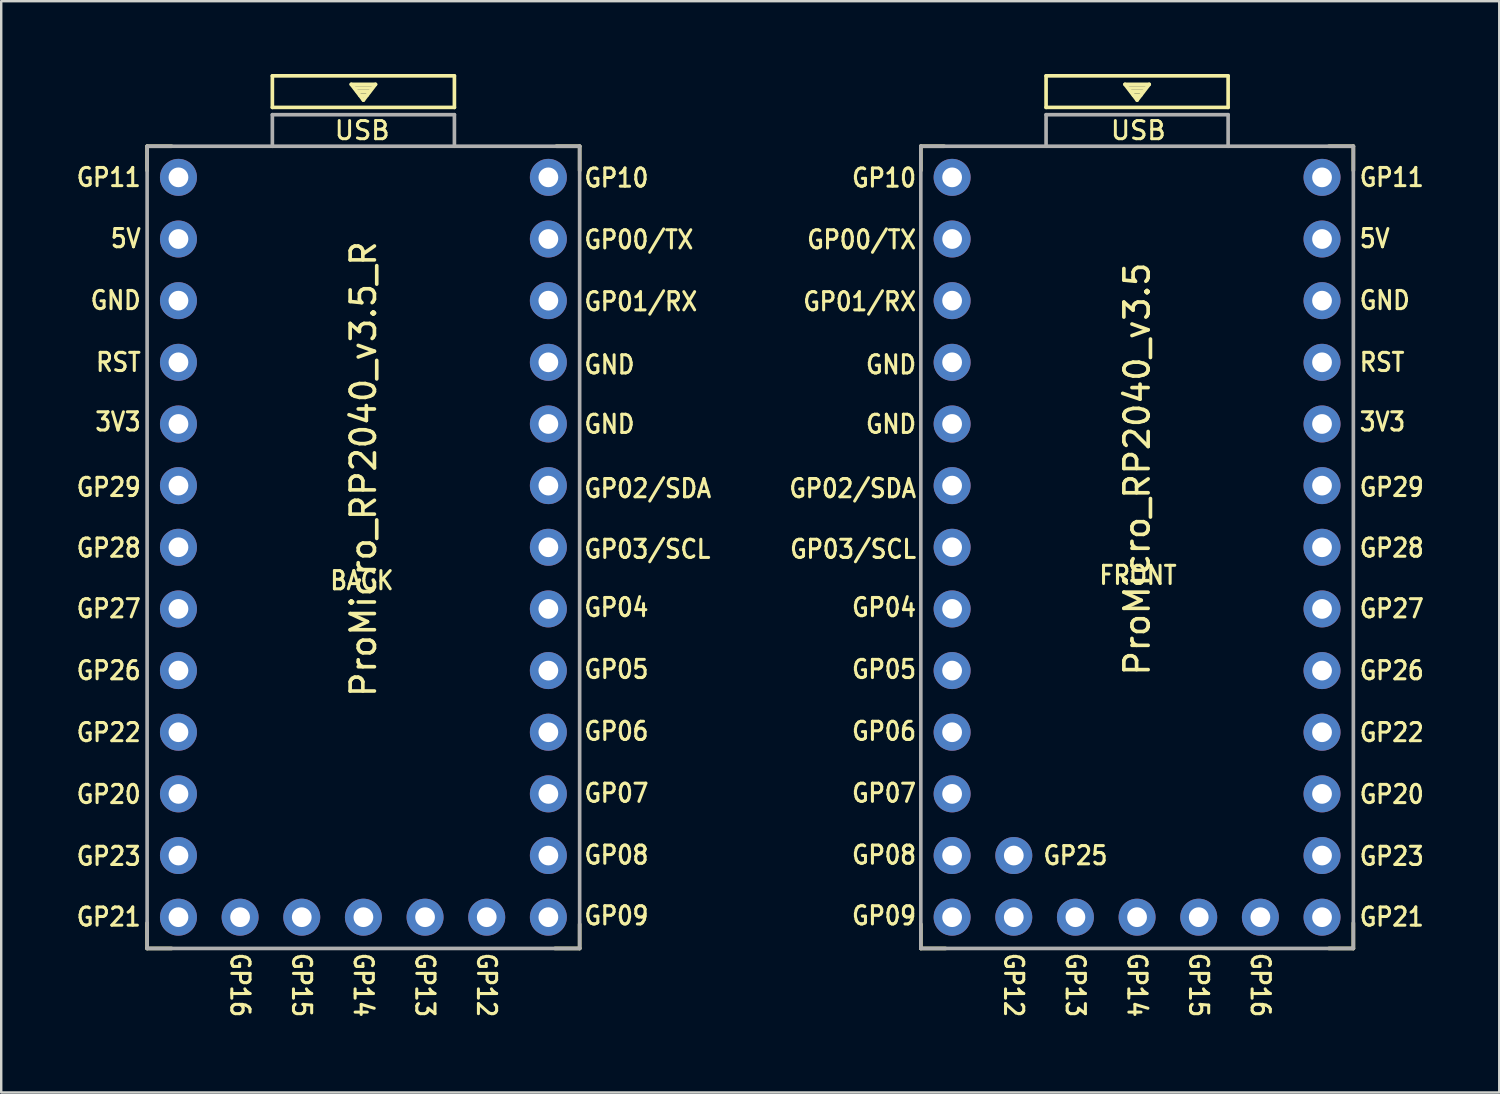
<source format=kicad_pcb>
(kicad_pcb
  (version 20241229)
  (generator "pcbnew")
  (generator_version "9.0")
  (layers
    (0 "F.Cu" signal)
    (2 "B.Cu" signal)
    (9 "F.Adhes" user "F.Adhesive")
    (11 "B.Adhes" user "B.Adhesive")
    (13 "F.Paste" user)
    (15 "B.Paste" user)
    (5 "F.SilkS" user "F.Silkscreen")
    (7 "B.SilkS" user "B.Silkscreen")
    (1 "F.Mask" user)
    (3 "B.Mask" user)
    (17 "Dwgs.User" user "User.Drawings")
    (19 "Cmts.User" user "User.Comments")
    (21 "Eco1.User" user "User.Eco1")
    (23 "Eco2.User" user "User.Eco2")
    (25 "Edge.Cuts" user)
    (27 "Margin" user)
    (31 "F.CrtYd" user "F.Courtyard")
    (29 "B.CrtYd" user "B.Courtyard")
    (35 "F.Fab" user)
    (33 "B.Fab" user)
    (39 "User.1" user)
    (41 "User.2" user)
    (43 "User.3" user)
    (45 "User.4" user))
  (footprint "ProMicro_RP2040_v3.5"
    (layer "F.Cu")
    (at 43.834 20.649)
    (property "Reference" "ProMicro_RP2040_v3.5" (at -0.037 -4.374 270) (layer "F.SilkS") (effects (font (size 1 1) (thickness 0.15))))
    (attr through_hole)
    (fp_line (start -8.947 -17.674) (end -8.947 -16.674) (stroke (width 0.15) (type solid)) (layer "F.SilkS"))
    (fp_line (start -8.947 -17.674) (end -7.987 -17.674) (stroke (width 0.15) (type solid)) (layer "F.SilkS"))
    (fp_line (start -8.947 14.376) (end -8.947 15.376) (stroke (width 0.15) (type solid)) (layer "F.SilkS"))
    (fp_line (start -8.947 15.376) (end -7.927 15.376) (stroke (width 0.15) (type solid)) (layer "F.SilkS"))
    (fp_line (start -3.787 -20.574) (end 3.713 -20.574) (stroke (width 0.15) (type solid)) (layer "F.SilkS"))
    (fp_line (start -3.787 -19.274) (end -3.787 -20.574) (stroke (width 0.15) (type solid)) (layer "F.SilkS"))
    (fp_line (start -0.537 -20.224) (end -0.037 -19.574) (stroke (width 0.15) (type solid)) (layer "F.SilkS"))
    (fp_line (start -0.037 -19.574) (end 0.463 -20.224) (stroke (width 0.15) (type solid)) (layer "F.SilkS"))
    (fp_line (start 0.113 -19.774) (end -0.187 -19.774) (stroke (width 0.15) (type solid)) (layer "F.SilkS"))
    (fp_line (start 0.213 -19.924) (end -0.287 -19.924) (stroke (width 0.15) (type solid)) (layer "F.SilkS"))
    (fp_line (start 0.313 -20.074) (end -0.387 -20.074) (stroke (width 0.15) (type solid)) (layer "F.SilkS"))
    (fp_line (start 0.463 -20.224) (end -0.537 -20.224) (stroke (width 0.15) (type solid)) (layer "F.SilkS"))
    (fp_line (start 3.713 -20.574) (end 3.713 -19.274) (stroke (width 0.15) (type solid)) (layer "F.SilkS"))
    (fp_line (start 3.713 -19.274) (end -3.787 -19.274) (stroke (width 0.15) (type solid)) (layer "F.SilkS"))
    (fp_line (start 8.873 -17.674) (end 7.863 -17.674) (stroke (width 0.15) (type solid)) (layer "F.SilkS"))
    (fp_line (start 8.873 -17.674) (end 8.873 -16.674) (stroke (width 0.15) (type solid)) (layer "F.SilkS"))
    (fp_line (start 8.873 14.326) (end 8.873 15.376) (stroke (width 0.15) (type solid)) (layer "F.SilkS"))
    (fp_line (start 8.873 15.376) (end 7.863 15.376) (stroke (width 0.15) (type solid)) (layer "F.SilkS"))
    (fp_line (start -8.947 -17.674) (end -8.947 15.376) (stroke (width 0.15) (type solid)) (layer "F.Fab"))
    (fp_line (start -8.947 15.376) (end 8.873 15.376) (stroke (width 0.15) (type solid)) (layer "F.Fab"))
    (fp_line (start -3.797 -17.674) (end -8.947 -17.674) (stroke (width 0.15) (type solid)) (layer "F.Fab"))
    (fp_line (start -3.787 -18.974) (end -3.787 -17.674) (stroke (width 0.15) (type solid)) (layer "F.Fab"))
    (fp_line (start 3.713 -18.974) (end -3.787 -18.974) (stroke (width 0.15) (type solid)) (layer "F.Fab"))
    (fp_line (start 3.713 -18.974) (end 3.713 -17.673) (stroke (width 0.15) (type solid)) (layer "F.Fab"))
    (fp_line (start 3.713 -17.674) (end -3.787 -17.674) (stroke (width 0.15) (type solid)) (layer "F.Fab"))
    (fp_line (start 8.873 -17.674) (end 3.713 -17.674) (stroke (width 0.15) (type solid)) (layer "F.Fab"))
    (fp_line (start 8.873 15.376) (end 8.873 -17.674) (stroke (width 0.15) (type solid)) (layer "F.Fab"))
    (fp_text user "GP10" (at -10.462 -16.369 0) (unlocked yes) (layer "F.SilkS") (effects (font (size 0.75 0.67) (thickness 0.125))))
    (fp_text user "FRONT" (at 0 0 0) (unlocked yes) (layer "F.SilkS") (effects (font (size 0.75 0.67) (thickness 0.125))))
    (fp_text user "GP14" (at -0.037 16.882 270) (unlocked yes) (layer "F.SilkS") (effects (font (size 0.75 0.67) (thickness 0.125))))
    (fp_text user "GP07" (at -10.462 8.976 0) (unlocked yes) (layer "F.SilkS") (effects (font (size 0.75 0.67) (thickness 0.125))))
    (fp_text user "GP05" (at -10.462 3.876 0) (unlocked yes) (layer "F.SilkS") (effects (font (size 0.75 0.67) (thickness 0.125))))
    (fp_text user "GP21" (at 10.455 14.076 0) (unlocked yes) (layer "F.SilkS") (effects (font (size 0.75 0.67) (thickness 0.125))))
    (fp_text user "" (at 0.508 -16.774 0) (layer "F.SilkS") (effects (font (size 1 1) (thickness 0.15))))
    (fp_text user "GP13" (at -2.577 16.882 270) (unlocked yes) (layer "F.SilkS") (effects (font (size 0.75 0.67) (thickness 0.125))))
    (fp_text user "GP26" (at 10.455 3.926 0) (unlocked yes) (layer "F.SilkS") (effects (font (size 0.75 0.67) (thickness 0.125))))
    (fp_text user "3V3" (at 10.072 -6.324 0) (unlocked yes) (layer "F.SilkS") (effects (font (size 0.75 0.67) (thickness 0.125))))
    (fp_text user "GP15" (at 2.503 16.882 270) (unlocked yes) (layer "F.SilkS") (effects (font (size 0.75 0.67) (thickness 0.125))))
    (fp_text user "GND" (at 10.168 -11.324 0) (unlocked yes) (layer "F.SilkS") (effects (font (size 0.75 0.67) (thickness 0.125))))
    (fp_text user "GP01/RX" (at -11.467 -11.274 0) (unlocked yes) (layer "F.SilkS") (effects (font (size 0.75 0.67) (thickness 0.125))))
    (fp_text user "GP20" (at 10.455 9.026 0) (unlocked yes) (layer "F.SilkS") (effects (font (size 0.75 0.67) (thickness 0.125))))
    (fp_text user "GP12" (at -5.117 16.882 270) (unlocked yes) (layer "F.SilkS") (effects (font (size 0.75 0.67) (thickness 0.125))))
    (fp_text user "GP04" (at -10.462 1.326 0) (unlocked yes) (layer "F.SilkS") (effects (font (size 0.75 0.67) (thickness 0.125))))
    (fp_text user "USB" (at 0.013 -18.324 0) (layer "F.SilkS") (effects (font (size 0.75 0.75) (thickness 0.12))))
    (fp_text user "RST" (at 10.056 -8.774 0) (unlocked yes) (layer "F.SilkS") (effects (font (size 0.75 0.67) (thickness 0.125))))
    (fp_text user "GND" (at -10.175 -8.674 0) (unlocked yes) (layer "F.SilkS") (effects (font (size 0.75 0.67) (thickness 0.125))))
    (fp_text user "GP06" (at -10.462 6.426 0) (unlocked yes) (layer "F.SilkS") (effects (font (size 0.75 0.67) (thickness 0.125))))
    (fp_text user "GP11" (at 10.455 -16.392 0) (unlocked yes) (layer "F.SilkS") (effects (font (size 0.75 0.67) (thickness 0.125))))
    (fp_text user "GP08" (at -10.462 11.526 0) (unlocked yes) (layer "F.SilkS") (effects (font (size 0.75 0.67) (thickness 0.125))))
    (fp_text user "5V" (at 9.753 -13.874 0) (unlocked yes) (layer "F.SilkS") (effects (font (size 0.75 0.67) (thickness 0.125))))
    (fp_text user "GP27" (at 10.455 1.376 0) (unlocked yes) (layer "F.SilkS") (effects (font (size 0.75 0.67) (thickness 0.125))))
    (fp_text user "GP23" (at 10.455 11.576 0) (unlocked yes) (layer "F.SilkS") (effects (font (size 0.75 0.67) (thickness 0.125))))
    (fp_text user "GP28" (at 10.455 -1.124 0) (unlocked yes) (layer "F.SilkS") (effects (font (size 0.75 0.67) (thickness 0.125))))
    (fp_text user "GP00/TX" (at -11.387 -13.824 0) (unlocked yes) (layer "F.SilkS") (effects (font (size 0.75 0.67) (thickness 0.125))))
    (fp_text user "GP29" (at 10.455 -3.624 0) (unlocked yes) (layer "F.SilkS") (effects (font (size 0.75 0.67) (thickness 0.125))))
    (fp_text user "GND" (at -10.175 -6.224 0) (unlocked yes) (layer "F.SilkS") (effects (font (size 0.75 0.67) (thickness 0.125))))
    (fp_text user "GP16" (at 5.043 16.882 270) (unlocked yes) (layer "F.SilkS") (effects (font (size 0.75 0.67) (thickness 0.125))))
    (fp_text user "GP03/SCL" (at -11.738 -1.074 0) (unlocked yes) (layer "F.SilkS") (effects (font (size 0.75 0.67) (thickness 0.125))))
    (fp_text user "GP22" (at 10.455 6.476 0) (unlocked yes) (layer "F.SilkS") (effects (font (size 0.75 0.67) (thickness 0.125))))
    (fp_text user "GP09" (at -10.462 14.026 0) (unlocked yes) (layer "F.SilkS") (effects (font (size 0.75 0.67) (thickness 0.125))))
    (fp_text user "GP02/SDA" (at -11.754 -3.574 0) (unlocked yes) (layer "F.SilkS") (effects (font (size 0.75 0.67) (thickness 0.125))))
    (fp_text user "GP25" (at -2.577 11.548 0) (unlocked yes) (layer "F.SilkS") (effects (font (size 0.75 0.67) (thickness 0.125))))
    (fp_text user "" (at 1.214 -15.63 0) (layer "B.SilkS") (effects (font (size 1 1) (thickness 0.15)) (justify mirror)))
    (pad "1" thru_hole circle (at -7.658 -16.392) (size 1.524 1.524) (drill 0.813) (layers "*.Cu" "*.Mask"))
    (pad "2" thru_hole circle (at -7.658 -13.852) (size 1.524 1.524) (drill 0.813) (layers "*.Cu" "*.Mask"))
    (pad "3" thru_hole circle (at -7.658 -11.312) (size 1.524 1.524) (drill 0.813) (layers "*.Cu" "*.Mask"))
    (pad "4" thru_hole circle (at -7.658 -8.772) (size 1.524 1.524) (drill 0.813) (layers "*.Cu" "*.Mask"))
    (pad "5" thru_hole circle (at -7.658 -6.232) (size 1.524 1.524) (drill 0.813) (layers "*.Cu" "*.Mask"))
    (pad "6" thru_hole circle (at -7.658 -3.692) (size 1.524 1.524) (drill 0.813) (layers "*.Cu" "*.Mask"))
    (pad "7" thru_hole circle (at -7.658 -1.152) (size 1.524 1.524) (drill 0.813) (layers "*.Cu" "*.Mask"))
    (pad "8" thru_hole circle (at -7.658 1.388) (size 1.524 1.524) (drill 0.813) (layers "*.Cu" "*.Mask"))
    (pad "9" thru_hole circle (at -7.658 3.928) (size 1.524 1.524) (drill 0.813) (layers "*.Cu" "*.Mask"))
    (pad "10" thru_hole circle (at -7.658 6.468) (size 1.524 1.524) (drill 0.813) (layers "*.Cu" "*.Mask"))
    (pad "11" thru_hole circle (at -7.658 9.008) (size 1.524 1.524) (drill 0.813) (layers "*.Cu" "*.Mask"))
    (pad "12" thru_hole circle (at -7.658 11.548) (size 1.524 1.524) (drill 0.813) (layers "*.Cu" "*.Mask"))
    (pad "13" thru_hole circle (at -7.658 14.088) (size 1.524 1.524) (drill 0.813) (layers "*.Cu" "*.Mask"))
    (pad "14" thru_hole circle (at -5.118 14.088) (size 1.524 1.524) (drill 0.813) (layers "*.Cu" "*.Mask"))
    (pad "15" thru_hole circle (at -2.578 14.088) (size 1.524 1.524) (drill 0.813) (layers "*.Cu" "*.Mask"))
    (pad "16" thru_hole circle (at -0.038 14.088) (size 1.524 1.524) (drill 0.813) (layers "*.Cu" "*.Mask"))
    (pad "17" thru_hole circle (at 2.502 14.088) (size 1.524 1.524) (drill 0.813) (layers "*.Cu" "*.Mask"))
    (pad "18" thru_hole circle (at 5.042 14.088) (size 1.524 1.524) (drill 0.813) (layers "*.Cu" "*.Mask"))
    (pad "19" thru_hole circle (at 7.582 14.088) (size 1.524 1.524) (drill 0.813) (layers "*.Cu" "*.Mask"))
    (pad "20" thru_hole circle (at 7.582 11.548) (size 1.524 1.524) (drill 0.813) (layers "*.Cu" "*.Mask"))
    (pad "21" thru_hole circle (at 7.582 9.008) (size 1.524 1.524) (drill 0.813) (layers "*.Cu" "*.Mask"))
    (pad "22" thru_hole circle (at 7.582 6.468) (size 1.524 1.524) (drill 0.813) (layers "*.Cu" "*.Mask"))
    (pad "23" thru_hole circle (at 7.582 3.928) (size 1.524 1.524) (drill 0.813) (layers "*.Cu" "*.Mask"))
    (pad "24" thru_hole circle (at 7.582 1.388) (size 1.524 1.524) (drill 0.813) (layers "*.Cu" "*.Mask"))
    (pad "25" thru_hole circle (at 7.582 -1.152) (size 1.524 1.524) (drill 0.813) (layers "*.Cu" "*.Mask"))
    (pad "26" thru_hole circle (at 7.582 -3.692) (size 1.524 1.524) (drill 0.813) (layers "*.Cu" "*.Mask"))
    (pad "27" thru_hole circle (at 7.582 -6.232) (size 1.524 1.524) (drill 0.813) (layers "*.Cu" "*.Mask"))
    (pad "28" thru_hole circle (at 7.582 -8.772) (size 1.524 1.524) (drill 0.813) (layers "*.Cu" "*.Mask"))
    (pad "29" thru_hole circle (at 7.582 -11.312) (size 1.524 1.524) (drill 0.813) (layers "*.Cu" "*.Mask"))
    (pad "30" thru_hole circle (at 7.582 -13.852) (size 1.524 1.524) (drill 0.813) (layers "*.Cu" "*.Mask"))
    (pad "31" thru_hole circle (at 7.582 -16.392) (size 1.524 1.524) (drill 0.813) (layers "*.Cu" "*.Mask"))
    (pad "35" thru_hole circle (at -5.117 11.548) (size 1.524 1.524) (drill 0.813) (layers "*.Cu" "*.Mask")))
  (footprint "ProMicro_RP2040_v3.5_R"
    (layer "F.Cu")
    (at 11.861 20.867)
    (property "Reference" "ProMicro_RP2040_v3.5_R" (at 0.06 -4.592 90) (layer "F.SilkS") (effects (font (size 1 1) (thickness 0.15))))
    (attr through_hole)
    (fp_line (start -8.85 -17.892) (end -8.85 -16.892) (stroke (width 0.15) (type solid)) (layer "F.SilkS"))
    (fp_line (start -8.85 -17.892) (end -7.84 -17.892) (stroke (width 0.15) (type solid)) (layer "F.SilkS"))
    (fp_line (start -8.85 14.108) (end -8.85 15.158) (stroke (width 0.15) (type solid)) (layer "F.SilkS"))
    (fp_line (start -8.85 15.158) (end -7.84 15.158) (stroke (width 0.15) (type solid)) (layer "F.SilkS"))
    (fp_line (start -3.69 -20.792) (end -3.69 -19.492) (stroke (width 0.15) (type solid)) (layer "F.SilkS"))
    (fp_line (start -3.69 -19.492) (end 3.81 -19.492) (stroke (width 0.15) (type solid)) (layer "F.SilkS"))
    (fp_line (start -0.44 -20.442) (end 0.56 -20.442) (stroke (width 0.15) (type solid)) (layer "F.SilkS"))
    (fp_line (start -0.29 -20.292) (end 0.41 -20.292) (stroke (width 0.15) (type solid)) (layer "F.SilkS"))
    (fp_line (start -0.19 -20.142) (end 0.31 -20.142) (stroke (width 0.15) (type solid)) (layer "F.SilkS"))
    (fp_line (start -0.09 -19.992) (end 0.21 -19.992) (stroke (width 0.15) (type solid)) (layer "F.SilkS"))
    (fp_line (start 0.06 -19.792) (end -0.44 -20.442) (stroke (width 0.15) (type solid)) (layer "F.SilkS"))
    (fp_line (start 0.56 -20.442) (end 0.06 -19.792) (stroke (width 0.15) (type solid)) (layer "F.SilkS"))
    (fp_line (start 3.81 -20.792) (end -3.69 -20.792) (stroke (width 0.15) (type solid)) (layer "F.SilkS"))
    (fp_line (start 3.81 -19.492) (end 3.81 -20.792) (stroke (width 0.15) (type solid)) (layer "F.SilkS"))
    (fp_line (start 8.97 -17.892) (end 8.01 -17.892) (stroke (width 0.15) (type solid)) (layer "F.SilkS"))
    (fp_line (start 8.97 -17.892) (end 8.97 -16.892) (stroke (width 0.15) (type solid)) (layer "F.SilkS"))
    (fp_line (start 8.97 14.158) (end 8.97 15.158) (stroke (width 0.15) (type solid)) (layer "F.SilkS"))
    (fp_line (start 8.97 15.158) (end 7.95 15.158) (stroke (width 0.15) (type solid)) (layer "F.SilkS"))
    (fp_line (start -8.85 -17.892) (end -3.69 -17.892) (stroke (width 0.15) (type solid)) (layer "F.Fab"))
    (fp_line (start -8.85 15.158) (end -8.85 -17.892) (stroke (width 0.15) (type solid)) (layer "F.Fab"))
    (fp_line (start -3.69 -19.192) (end -3.69 -17.891) (stroke (width 0.15) (type solid)) (layer "F.Fab"))
    (fp_line (start -3.69 -19.192) (end 3.81 -19.192) (stroke (width 0.15) (type solid)) (layer "F.Fab"))
    (fp_line (start -3.69 -17.892) (end 3.81 -17.892) (stroke (width 0.15) (type solid)) (layer "F.Fab"))
    (fp_line (start 3.81 -19.192) (end 3.81 -17.892) (stroke (width 0.15) (type solid)) (layer "F.Fab"))
    (fp_line (start 3.82 -17.892) (end 8.97 -17.892) (stroke (width 0.15) (type solid)) (layer "F.Fab"))
    (fp_line (start 8.97 -17.892) (end 8.97 15.158) (stroke (width 0.15) (type solid)) (layer "F.Fab"))
    (fp_line (start 8.97 15.158) (end -8.85 15.158) (stroke (width 0.15) (type solid)) (layer "F.Fab"))
    (fp_text user "RST" (at -10.033 -8.992 0) (unlocked yes) (layer "F.SilkS") (effects (font (size 0.75 0.67) (thickness 0.125))))
    (fp_text user "GP21" (at -10.432 13.858 0) (unlocked yes) (layer "F.SilkS") (effects (font (size 0.75 0.67) (thickness 0.125))))
    (fp_text user "GP15" (at -2.48 16.664 270) (unlocked yes) (layer "F.SilkS") (effects (font (size 0.75 0.67) (thickness 0.125))))
    (fp_text user "GP08" (at 10.485 11.308 0) (unlocked yes) (layer "F.SilkS") (effects (font (size 0.75 0.67) (thickness 0.125))))
    (fp_text user "BACK" (at 0 0 0) (unlocked yes) (layer "F.SilkS") (effects (font (size 0.75 0.67) (thickness 0.125))))
    (fp_text user "GP01/RX" (at 11.49 -11.492 0) (unlocked yes) (layer "F.SilkS") (effects (font (size 0.75 0.67) (thickness 0.125))))
    (fp_text user "GP07" (at 10.485 8.758 0) (unlocked yes) (layer "F.SilkS") (effects (font (size 0.75 0.67) (thickness 0.125))))
    (fp_text user "" (at -0.485 -16.992 0) (layer "F.SilkS") (effects (font (size 1 1) (thickness 0.15))))
    (fp_text user "5V" (at -9.73 -14.092 0) (unlocked yes) (layer "F.SilkS") (effects (font (size 0.75 0.67) (thickness 0.125))))
    (fp_text user "GP03/SCL" (at 11.761 -1.292 0) (unlocked yes) (layer "F.SilkS") (effects (font (size 0.75 0.67) (thickness 0.125))))
    (fp_text user "GP22" (at -10.432 6.258 0) (unlocked yes) (layer "F.SilkS") (effects (font (size 0.75 0.67) (thickness 0.125))))
    (fp_text user "GP28" (at -10.432 -1.342 0) (unlocked yes) (layer "F.SilkS") (effects (font (size 0.75 0.67) (thickness 0.125))))
    (fp_text user "GP12" (at 5.14 16.664 270) (unlocked yes) (layer "F.SilkS") (effects (font (size 0.75 0.67) (thickness 0.125))))
    (fp_text user "GP06" (at 10.485 6.208 0) (unlocked yes) (layer "F.SilkS") (effects (font (size 0.75 0.67) (thickness 0.125))))
    (fp_text user "USB" (at 0.01 -18.542 0) (layer "F.SilkS") (effects (font (size 0.75 0.75) (thickness 0.12))))
    (fp_text user "GND" (at -10.145 -11.542 0) (unlocked yes) (layer "F.SilkS") (effects (font (size 0.75 0.67) (thickness 0.125))))
    (fp_text user "GP10" (at 10.485 -16.587 0) (unlocked yes) (layer "F.SilkS") (effects (font (size 0.75 0.67) (thickness 0.125))))
    (fp_text user "GP27" (at -10.432 1.158 0) (unlocked yes) (layer "F.SilkS") (effects (font (size 0.75 0.67) (thickness 0.125))))
    (fp_text user "GP23" (at -10.432 11.358 0) (unlocked yes) (layer "F.SilkS") (effects (font (size 0.75 0.67) (thickness 0.125))))
    (fp_text user "3V3" (at -10.049 -6.542 0) (unlocked yes) (layer "F.SilkS") (effects (font (size 0.75 0.67) (thickness 0.125))))
    (fp_text user "GP14" (at 0.06 16.664 270) (unlocked yes) (layer "F.SilkS") (effects (font (size 0.75 0.67) (thickness 0.125))))
    (fp_text user "GP11" (at -10.432 -16.61 0) (unlocked yes) (layer "F.SilkS") (effects (font (size 0.75 0.67) (thickness 0.125))))
    (fp_text user "GP13" (at 2.6 16.664 270) (unlocked yes) (layer "F.SilkS") (effects (font (size 0.75 0.67) (thickness 0.125))))
    (fp_text user "GP09" (at 10.485 13.808 0) (unlocked yes) (layer "F.SilkS") (effects (font (size 0.75 0.67) (thickness 0.125))))
    (fp_text user "GP02/SDA" (at 11.777 -3.792 0) (unlocked yes) (layer "F.SilkS") (effects (font (size 0.75 0.67) (thickness 0.125))))
    (fp_text user "GP04" (at 10.485 1.108 0) (unlocked yes) (layer "F.SilkS") (effects (font (size 0.75 0.67) (thickness 0.125))))
    (fp_text user "GND" (at 10.198 -6.442 0) (unlocked yes) (layer "F.SilkS") (effects (font (size 0.75 0.67) (thickness 0.125))))
    (fp_text user "GP26" (at -10.432 3.708 0) (unlocked yes) (layer "F.SilkS") (effects (font (size 0.75 0.67) (thickness 0.125))))
    (fp_text user "GND" (at 10.198 -8.892 0) (unlocked yes) (layer "F.SilkS") (effects (font (size 0.75 0.67) (thickness 0.125))))
    (fp_text user "GP29" (at -10.432 -3.842 0) (unlocked yes) (layer "F.SilkS") (effects (font (size 0.75 0.67) (thickness 0.125))))
    (fp_text user "GP05" (at 10.485 3.658 0) (unlocked yes) (layer "F.SilkS") (effects (font (size 0.75 0.67) (thickness 0.125))))
    (fp_text user "GP16" (at -5.02 16.664 270) (unlocked yes) (layer "F.SilkS") (effects (font (size 0.75 0.67) (thickness 0.125))))
    (fp_text user "GP20" (at -10.432 8.808 0) (unlocked yes) (layer "F.SilkS") (effects (font (size 0.75 0.67) (thickness 0.125))))
    (fp_text user "GP00/TX" (at 11.41 -14.042 0) (unlocked yes) (layer "F.SilkS") (effects (font (size 0.75 0.67) (thickness 0.125))))
    (fp_text user "" (at -1.192 -15.848 0) (layer "B.SilkS") (effects (font (size 1 1) (thickness 0.15)) (justify mirror)))
    (pad "1" thru_hole circle (at 7.681 -16.61) (size 1.524 1.524) (drill 0.813) (layers "*.Cu" "*.Mask"))
    (pad "2" thru_hole circle (at 7.681 -14.07) (size 1.524 1.524) (drill 0.813) (layers "*.Cu" "*.Mask"))
    (pad "3" thru_hole circle (at 7.681 -11.53) (size 1.524 1.524) (drill 0.813) (layers "*.Cu" "*.Mask"))
    (pad "4" thru_hole circle (at 7.681 -8.99) (size 1.524 1.524) (drill 0.813) (layers "*.Cu" "*.Mask"))
    (pad "5" thru_hole circle (at 7.681 -6.45) (size 1.524 1.524) (drill 0.813) (layers "*.Cu" "*.Mask"))
    (pad "6" thru_hole circle (at 7.681 -3.91) (size 1.524 1.524) (drill 0.813) (layers "*.Cu" "*.Mask"))
    (pad "7" thru_hole circle (at 7.681 -1.37) (size 1.524 1.524) (drill 0.813) (layers "*.Cu" "*.Mask"))
    (pad "8" thru_hole circle (at 7.681 1.17) (size 1.524 1.524) (drill 0.813) (layers "*.Cu" "*.Mask"))
    (pad "9" thru_hole circle (at 7.681 3.71) (size 1.524 1.524) (drill 0.813) (layers "*.Cu" "*.Mask"))
    (pad "10" thru_hole circle (at 7.681 6.25) (size 1.524 1.524) (drill 0.813) (layers "*.Cu" "*.Mask"))
    (pad "11" thru_hole circle (at 7.681 8.79) (size 1.524 1.524) (drill 0.813) (layers "*.Cu" "*.Mask"))
    (pad "12" thru_hole circle (at 7.681 11.33) (size 1.524 1.524) (drill 0.813) (layers "*.Cu" "*.Mask"))
    (pad "13" thru_hole circle (at 7.681 13.87) (size 1.524 1.524) (drill 0.813) (layers "*.Cu" "*.Mask"))
    (pad "14" thru_hole circle (at 5.141 13.87) (size 1.524 1.524) (drill 0.813) (layers "*.Cu" "*.Mask"))
    (pad "15" thru_hole circle (at 2.601 13.87) (size 1.524 1.524) (drill 0.813) (layers "*.Cu" "*.Mask"))
    (pad "16" thru_hole circle (at 0.061 13.87) (size 1.524 1.524) (drill 0.813) (layers "*.Cu" "*.Mask"))
    (pad "17" thru_hole circle (at -2.479 13.87) (size 1.524 1.524) (drill 0.813) (layers "*.Cu" "*.Mask"))
    (pad "18" thru_hole circle (at -5.019 13.87) (size 1.524 1.524) (drill 0.813) (layers "*.Cu" "*.Mask"))
    (pad "19" thru_hole circle (at -7.559 13.87) (size 1.524 1.524) (drill 0.813) (layers "*.Cu" "*.Mask"))
    (pad "20" thru_hole circle (at -7.559 11.33) (size 1.524 1.524) (drill 0.813) (layers "*.Cu" "*.Mask"))
    (pad "21" thru_hole circle (at -7.559 8.79) (size 1.524 1.524) (drill 0.813) (layers "*.Cu" "*.Mask"))
    (pad "22" thru_hole circle (at -7.559 6.25) (size 1.524 1.524) (drill 0.813) (layers "*.Cu" "*.Mask"))
    (pad "23" thru_hole circle (at -7.559 3.71) (size 1.524 1.524) (drill 0.813) (layers "*.Cu" "*.Mask"))
    (pad "24" thru_hole circle (at -7.559 1.17) (size 1.524 1.524) (drill 0.813) (layers "*.Cu" "*.Mask"))
    (pad "25" thru_hole circle (at -7.559 -1.37) (size 1.524 1.524) (drill 0.813) (layers "*.Cu" "*.Mask"))
    (pad "26" thru_hole circle (at -7.559 -3.91) (size 1.524 1.524) (drill 0.813) (layers "*.Cu" "*.Mask"))
    (pad "27" thru_hole circle (at -7.559 -6.45) (size 1.524 1.524) (drill 0.813) (layers "*.Cu" "*.Mask"))
    (pad "28" thru_hole circle (at -7.559 -8.99) (size 1.524 1.524) (drill 0.813) (layers "*.Cu" "*.Mask"))
    (pad "29" thru_hole circle (at -7.559 -11.53) (size 1.524 1.524) (drill 0.813) (layers "*.Cu" "*.Mask"))
    (pad "30" thru_hole circle (at -7.559 -14.07) (size 1.524 1.524) (drill 0.813) (layers "*.Cu" "*.Mask"))
    (pad "31" thru_hole circle (at -7.559 -16.61) (size 1.524 1.524) (drill 0.813) (layers "*.Cu" "*.Mask")))
  (gr_rect
    (start -3 -3)
    (end 58.717 41.96)
    (stroke (width 0.1) (type default))
    (fill no)
    (layer "Edge.Cuts")))
</source>
